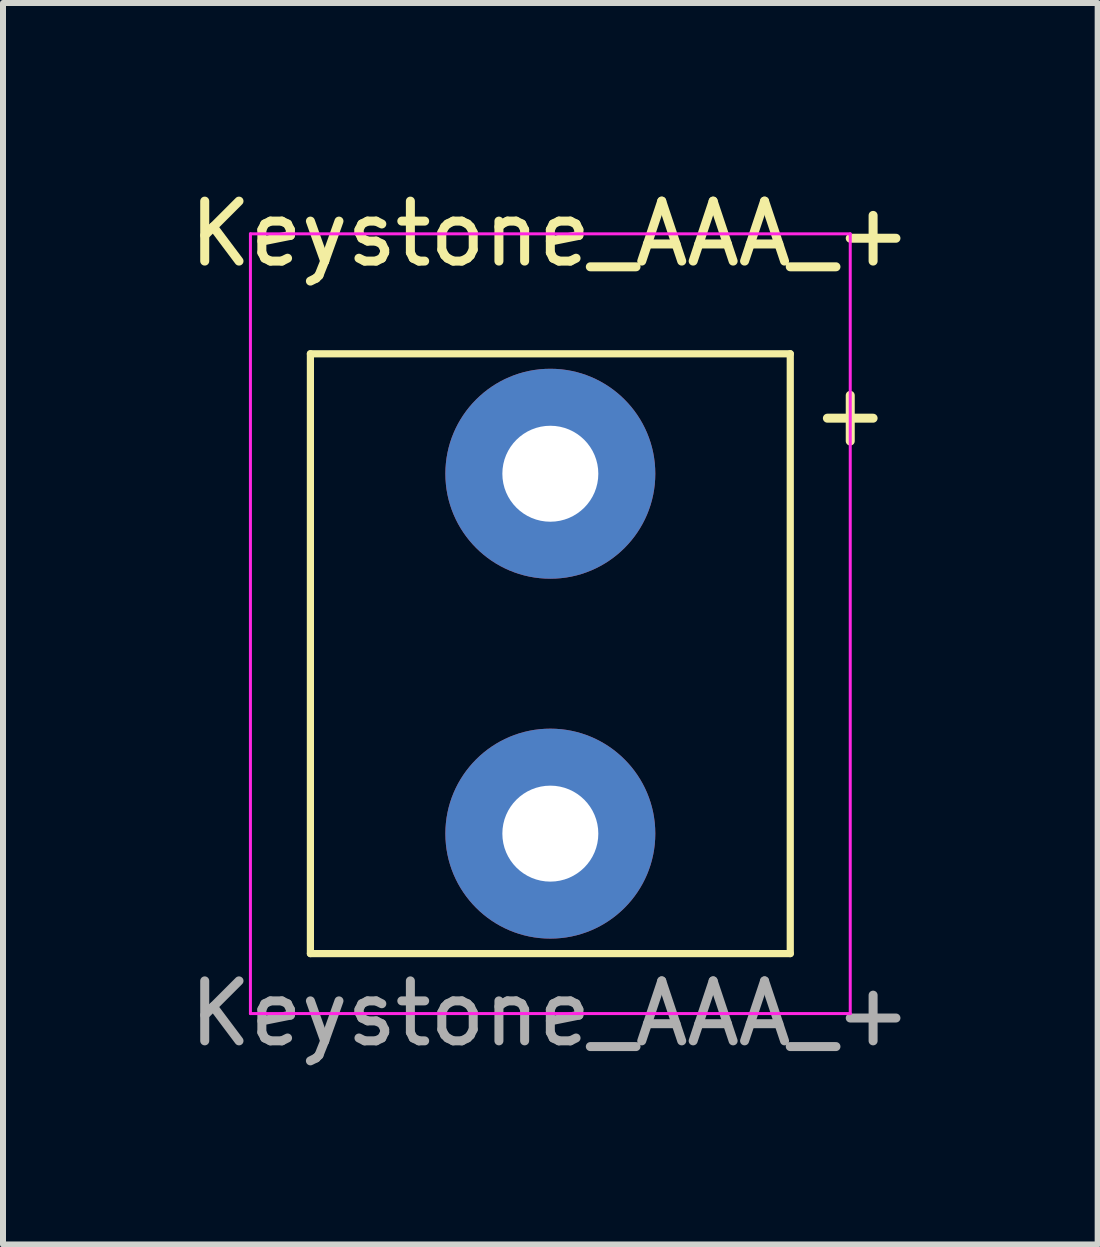
<source format=kicad_pcb>
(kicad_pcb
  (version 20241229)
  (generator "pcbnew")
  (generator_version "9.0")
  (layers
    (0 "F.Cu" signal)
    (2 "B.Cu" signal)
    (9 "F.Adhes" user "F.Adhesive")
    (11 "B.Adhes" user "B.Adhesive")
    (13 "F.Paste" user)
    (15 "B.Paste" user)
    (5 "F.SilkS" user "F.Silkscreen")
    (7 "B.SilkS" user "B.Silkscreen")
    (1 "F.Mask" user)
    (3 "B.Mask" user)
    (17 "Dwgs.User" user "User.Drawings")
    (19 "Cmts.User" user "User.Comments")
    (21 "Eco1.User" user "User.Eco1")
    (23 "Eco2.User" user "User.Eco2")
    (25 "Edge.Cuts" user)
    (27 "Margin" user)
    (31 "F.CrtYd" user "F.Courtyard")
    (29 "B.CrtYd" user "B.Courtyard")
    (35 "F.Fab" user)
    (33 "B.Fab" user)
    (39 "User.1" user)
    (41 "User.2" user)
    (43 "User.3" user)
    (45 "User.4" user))
  (footprint "Keystone_AAA_+"
    (layer "F.Cu")
    (at 6.125 10.848)
    (property "Reference" "Keystone_AAA_+" (at 0 -10 0) (unlocked yes) (layer "F.SilkS") (effects (font (size 1 1) (thickness 0.15))))
    (attr through_hole)
    (fp_line (start -4 -8) (end 4 -8) (stroke (width 0.12) (type solid)) (layer "F.SilkS"))
    (fp_line (start -4 2) (end -4 -8) (stroke (width 0.12) (type solid)) (layer "F.SilkS"))
    (fp_line (start 4 -8) (end 4 2) (stroke (width 0.12) (type solid)) (layer "F.SilkS"))
    (fp_line (start 4 2) (end -4 2) (stroke (width 0.12) (type solid)) (layer "F.SilkS"))
    (fp_line (start -5 -10) (end -5 3) (stroke (width 0.05) (type solid)) (layer "F.CrtYd"))
    (fp_line (start -5 3) (end 5 3) (stroke (width 0.05) (type solid)) (layer "F.CrtYd"))
    (fp_line (start 5 -10) (end -5 -10) (stroke (width 0.05) (type solid)) (layer "F.CrtYd"))
    (fp_line (start 5 3) (end 5 -10) (stroke (width 0.05) (type solid)) (layer "F.CrtYd"))
    (fp_text user "+" (at 5 -7 0) (unlocked yes) (layer "F.SilkS") (effects (font (size 1 1) (thickness 0.15))))
    (fp_text user "${REFERENCE}" (at 0 3 0) (unlocked yes) (layer "F.Fab") (effects (font (size 1 1) (thickness 0.15))))
    (pad "1" thru_hole circle (at 0 0) (size 3.5 3.5) (drill 1.6) (layers "*.Cu" "*.Mask"))
    (pad "2" thru_hole circle (at 0 -6) (size 3.5 3.5) (drill 1.6) (layers "*.Cu" "*.Mask")))
  (gr_rect
    (start -3 -3)
    (end 15.25 17.697)
    (stroke (width 0.1) (type default))
    (fill no)
    (layer "Edge.Cuts")))
</source>
